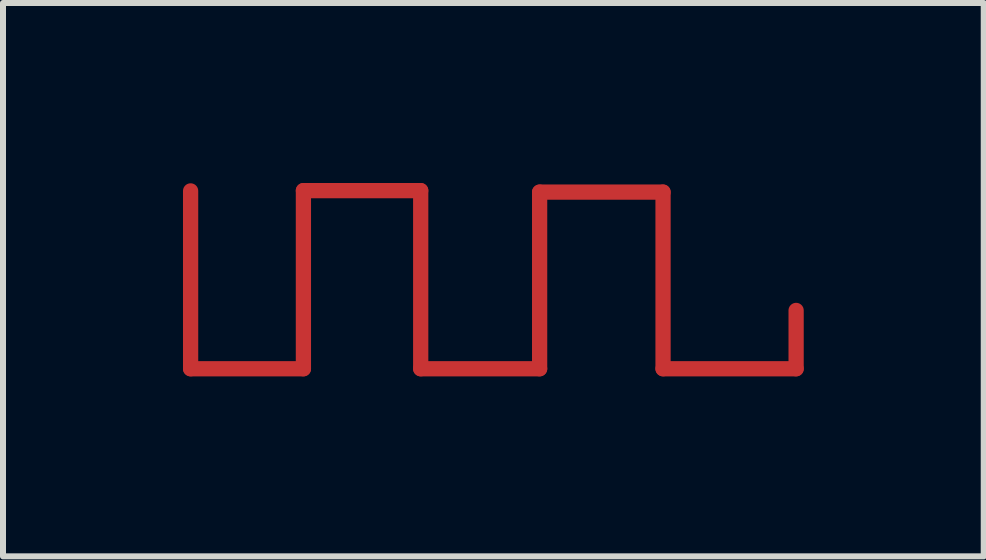
<source format=kicad_pcb>
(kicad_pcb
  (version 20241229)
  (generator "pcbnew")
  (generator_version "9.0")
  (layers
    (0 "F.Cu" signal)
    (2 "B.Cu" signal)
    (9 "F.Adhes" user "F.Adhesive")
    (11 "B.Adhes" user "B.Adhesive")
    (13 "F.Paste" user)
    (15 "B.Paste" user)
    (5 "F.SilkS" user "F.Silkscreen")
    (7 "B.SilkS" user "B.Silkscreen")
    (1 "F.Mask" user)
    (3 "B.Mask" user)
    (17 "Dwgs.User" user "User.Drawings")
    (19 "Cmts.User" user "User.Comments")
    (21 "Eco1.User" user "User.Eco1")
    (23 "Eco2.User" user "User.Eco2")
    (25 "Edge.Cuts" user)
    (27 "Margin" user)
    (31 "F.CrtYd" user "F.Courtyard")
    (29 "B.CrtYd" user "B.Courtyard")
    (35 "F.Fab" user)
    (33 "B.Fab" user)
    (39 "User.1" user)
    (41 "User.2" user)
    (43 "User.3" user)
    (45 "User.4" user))
  (footprint "2.4GHz-meander-antenna-v2"
    (layer "F.Cu")
    (at 5.001 1.624)
    (property "Reference" "2.4GHz-meander-antenna-v2" (at 0 0 0) (unlocked yes) (layer "Eco2.User") (effects (font (size 0.3 0.3) (thickness 0.05))))
    (fp_line (start -4.874 1.472) (end -4.874 -1.492) (stroke (width 0.254) (type solid)) (layer "F.Cu"))
    (fp_line (start -2.994 1.472) (end -4.874 1.472) (stroke (width 0.254) (type solid)) (layer "F.Cu"))
    (fp_line (start -2.994 1.472) (end -2.994 -1.497) (stroke (width 0.254) (type solid)) (layer "F.Cu"))
    (fp_line (start -1.039 -1.497) (end -2.994 -1.497) (stroke (width 0.254) (type solid)) (layer "F.Cu"))
    (fp_line (start -1.039 1.472) (end -1.039 -1.497) (stroke (width 0.254) (type solid)) (layer "F.Cu"))
    (fp_line (start 0.943 1.472) (end -1.039 1.472) (stroke (width 0.254) (type solid)) (layer "F.Cu"))
    (fp_line (start 0.943 1.472) (end 0.943 -1.472) (stroke (width 0.254) (type solid)) (layer "F.Cu"))
    (fp_line (start 3 -1.472) (end 0.943 -1.472) (stroke (width 0.254) (type solid)) (layer "F.Cu"))
    (fp_line (start 3 1.472) (end 3 -1.472) (stroke (width 0.254) (type solid)) (layer "F.Cu"))
    (fp_line (start 5.218 0.5) (end 5.218 0.5) (stroke (width 0.2) (type default)) (layer "F.Cu"))
    (fp_line (start 5.218 0.5) (end 5.218 1.472) (stroke (width 0.254) (type solid)) (layer "F.Cu"))
    (fp_line (start 5.218 1.472) (end 3 1.472) (stroke (width 0.254) (type solid)) (layer "F.Cu"))
    (pad "1" smd circle (at 5.218 0.5) (size 0.2 0.2) (layers "F.Cu")))
  (gr_rect
    (start -3 -3)
    (end 13.346 6.223)
    (stroke (width 0.1) (type default))
    (fill no)
    (layer "Edge.Cuts")))
</source>
